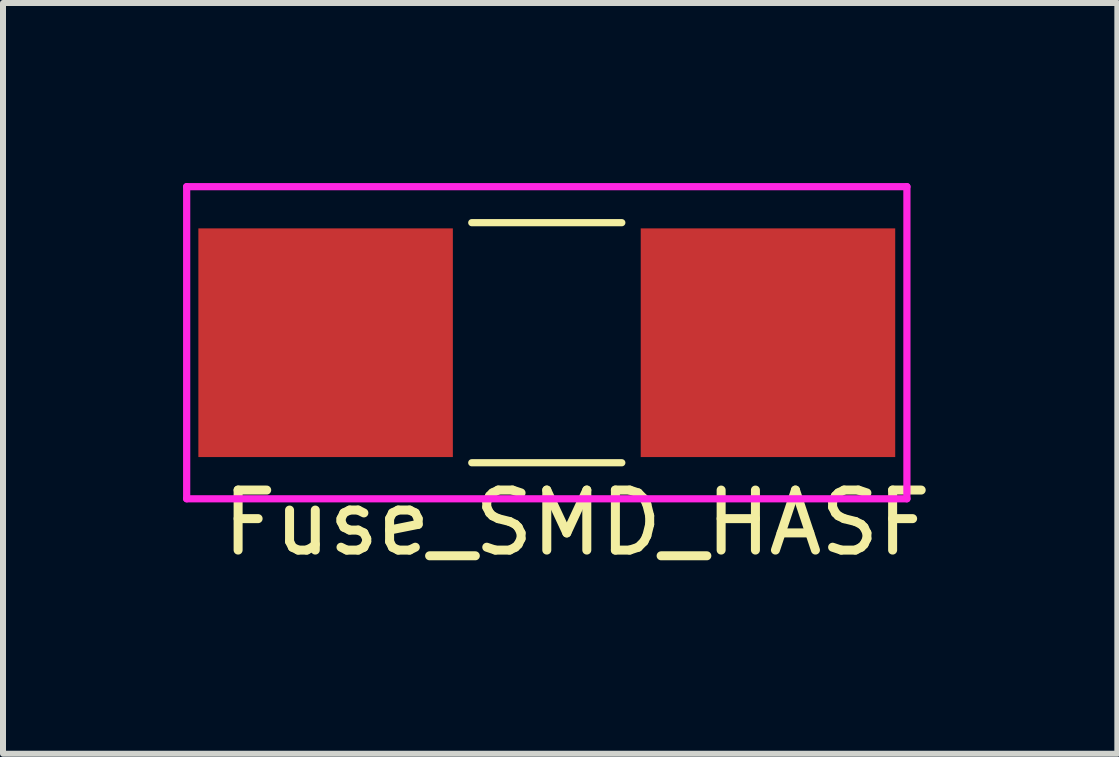
<source format=kicad_pcb>
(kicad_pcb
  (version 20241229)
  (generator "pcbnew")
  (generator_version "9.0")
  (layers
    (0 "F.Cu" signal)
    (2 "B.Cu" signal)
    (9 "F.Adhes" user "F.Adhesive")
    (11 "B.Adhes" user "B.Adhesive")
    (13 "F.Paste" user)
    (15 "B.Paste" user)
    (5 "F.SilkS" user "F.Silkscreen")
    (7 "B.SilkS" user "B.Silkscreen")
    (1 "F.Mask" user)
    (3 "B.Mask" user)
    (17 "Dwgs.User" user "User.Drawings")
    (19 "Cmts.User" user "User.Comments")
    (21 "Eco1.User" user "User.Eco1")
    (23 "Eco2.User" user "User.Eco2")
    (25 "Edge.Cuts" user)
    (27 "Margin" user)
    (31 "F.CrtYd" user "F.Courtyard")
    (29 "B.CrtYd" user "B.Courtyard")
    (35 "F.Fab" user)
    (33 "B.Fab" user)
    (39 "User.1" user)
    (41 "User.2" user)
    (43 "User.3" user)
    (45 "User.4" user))
  (footprint "Fuse_SMD_HASF"
    (layer "F.Cu")
    (at 6.06 2.66)
    (property "Reference" "Fuse_SMD_HASF" (at 0.5 3 0) (layer "F.SilkS") (effects (font (size 1 1) (thickness 0.15))))
    (attr through_hole)
    (fp_line (start -1.25 -2) (end 1.25 -2) (stroke (width 0.12) (type solid)) (layer "F.SilkS"))
    (fp_line (start -1.25 2) (end 1.25 2) (stroke (width 0.12) (type solid)) (layer "F.SilkS"))
    (fp_line (start -6 -2.6) (end 6 -2.6) (stroke (width 0.12) (type solid)) (layer "F.CrtYd"))
    (fp_line (start -6 2.6) (end -6 -2.6) (stroke (width 0.12) (type solid)) (layer "F.CrtYd"))
    (fp_line (start 6 -2.6) (end 6 2.6) (stroke (width 0.12) (type solid)) (layer "F.CrtYd"))
    (fp_line (start 6 2.6) (end -6 2.6) (stroke (width 0.12) (type solid)) (layer "F.CrtYd"))
    (pad "1" smd rect (at -3.685 0) (size 4.24 3.81) (layers "F.Cu" "F.Mask" "F.Paste"))
    (pad "2" smd rect (at 3.685 0) (size 4.24 3.81) (layers "F.Cu" "F.Mask" "F.Paste")))
  (gr_rect
    (start -3 -3)
    (end 15.566 9.508)
    (stroke (width 0.1) (type default))
    (fill no)
    (layer "Edge.Cuts")))
</source>
